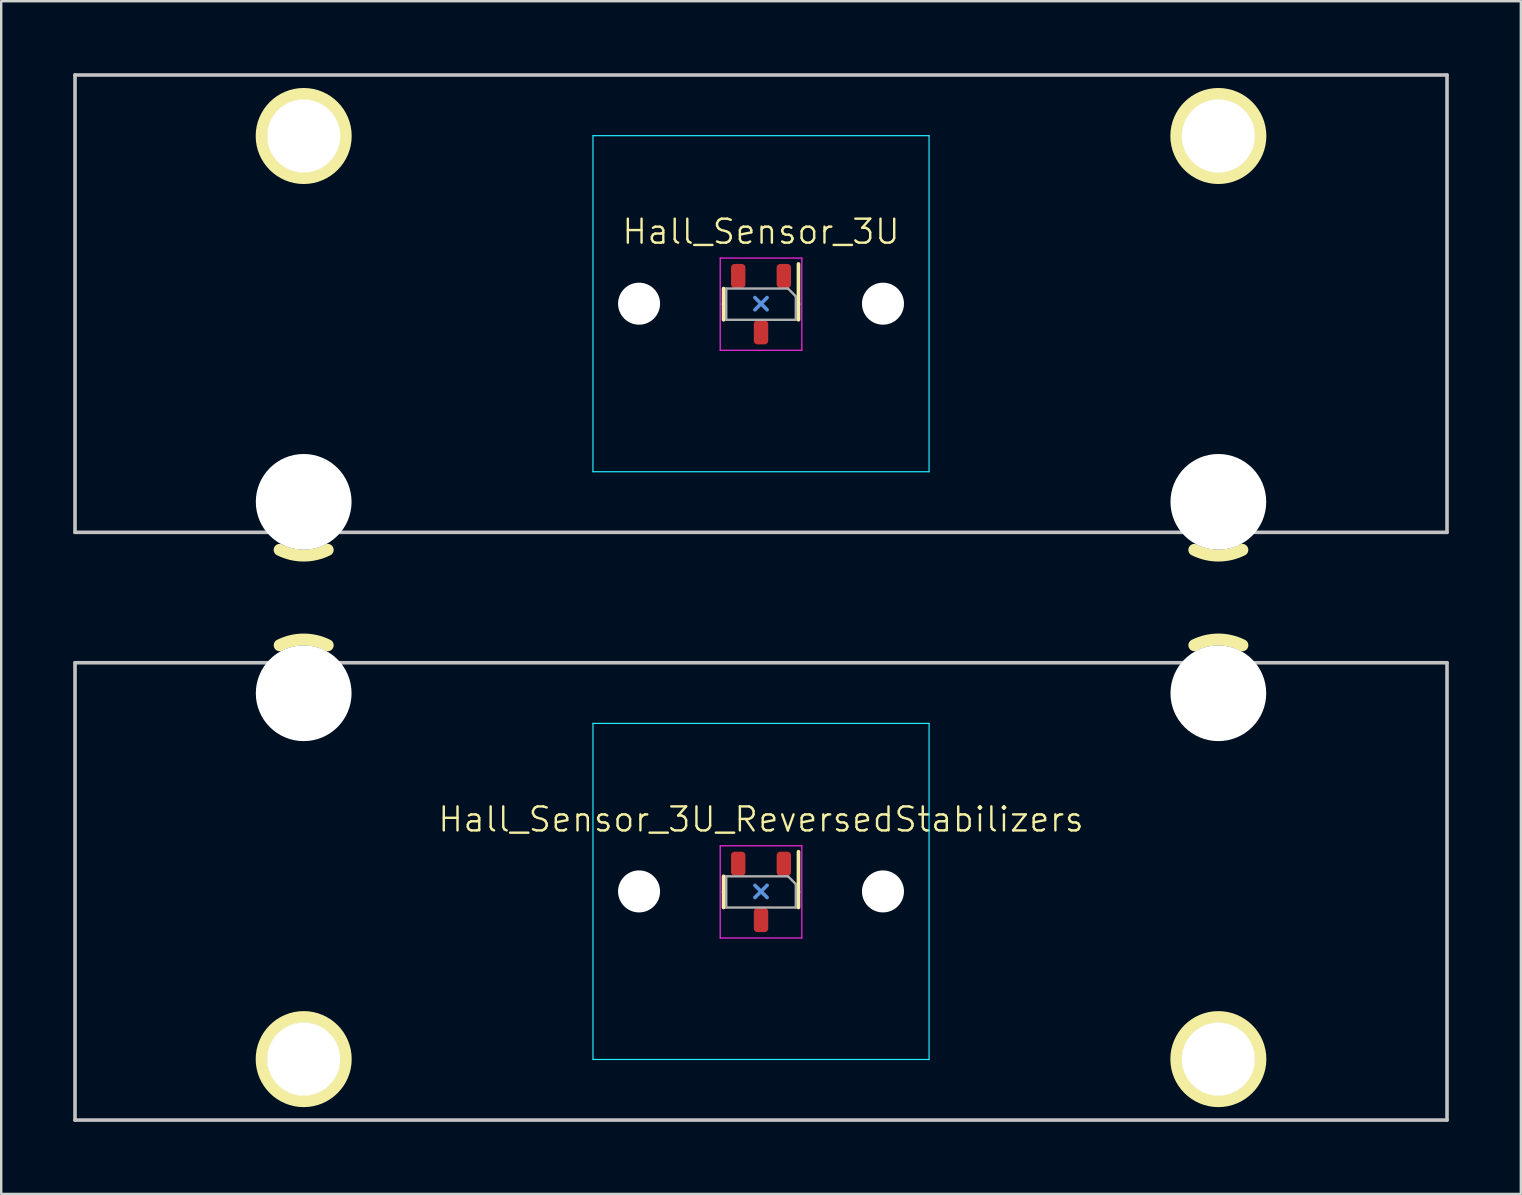
<source format=kicad_pcb>
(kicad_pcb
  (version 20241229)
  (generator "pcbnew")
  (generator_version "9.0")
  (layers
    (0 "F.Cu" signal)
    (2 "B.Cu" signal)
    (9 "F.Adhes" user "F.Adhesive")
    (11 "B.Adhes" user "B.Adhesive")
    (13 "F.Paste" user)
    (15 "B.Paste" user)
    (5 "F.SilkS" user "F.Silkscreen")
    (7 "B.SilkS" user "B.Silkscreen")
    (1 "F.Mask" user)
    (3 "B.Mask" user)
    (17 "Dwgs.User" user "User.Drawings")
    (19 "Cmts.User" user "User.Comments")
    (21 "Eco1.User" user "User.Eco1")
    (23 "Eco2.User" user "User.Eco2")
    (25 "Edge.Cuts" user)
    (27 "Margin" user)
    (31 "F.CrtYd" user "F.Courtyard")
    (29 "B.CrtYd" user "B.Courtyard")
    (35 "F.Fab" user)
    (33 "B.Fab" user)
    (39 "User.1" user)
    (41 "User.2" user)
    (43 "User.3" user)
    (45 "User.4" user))
  (footprint "Hall_Sensor_3U"
    (layer "F.Cu")
    (at 28.65 9.6)
    (property "Reference" "Hall_Sensor_3U" (at 0 -3 0) (unlocked yes) (layer "F.SilkS") (effects (font (size 1 1) (thickness 0.1))))
    (attr smd)
    (fp_line (start -1.56 -0.63) (end -1.56 0.02) (stroke (width 0.153) (type solid)) (layer "F.SilkS"))
    (fp_line (start -1.56 0.67) (end -1.56 0.02) (stroke (width 0.153) (type solid)) (layer "F.SilkS"))
    (fp_line (start 1.56 -1.655) (end 1.56 0.02) (stroke (width 0.153) (type solid)) (layer "F.SilkS"))
    (fp_line (start 1.56 0.67) (end 1.56 0.02) (stroke (width 0.153) (type solid)) (layer "F.SilkS"))
    (fp_arc (start -18.051051 10.255525) (mid -19.050587 10.491068) (end -20.05 10.255) (stroke (width 0.5) (type solid)) (layer "F.SilkS"))
    (fp_arc (start 20.048949 10.255523) (mid 19.049413 10.491066) (end 18.05 10.254998) (stroke (width 0.5) (type solid)) (layer "F.SilkS"))
    (fp_circle (center -19.05 -6.985) (end -17.3 -6.985) (stroke (width 0.5) (type solid)) (fill no) (layer "F.SilkS"))
    (fp_circle (center 19.05 -6.985) (end 20.8 -6.985) (stroke (width 0.5) (type solid)) (fill no) (layer "F.SilkS"))
    (fp_line (start -28.575 -9.525) (end 28.575 -9.525) (stroke (width 0.15) (type solid)) (layer "Dwgs.User"))
    (fp_line (start -28.575 9.525) (end -28.575 -9.525) (stroke (width 0.15) (type solid)) (layer "Dwgs.User"))
    (fp_line (start -28.575 9.525) (end 28.575 9.525) (stroke (width 0.15) (type solid)) (layer "Dwgs.User"))
    (fp_line (start 28.575 -9.525) (end 28.575 9.525) (stroke (width 0.15) (type solid)) (layer "Dwgs.User"))
    (fp_line (start 0.254 -0.254) (end -0.254 0.254) (stroke (width 0.15) (type default)) (layer "Cmts.User"))
    (fp_line (start 0.254 0.254) (end -0.254 -0.254) (stroke (width 0.15) (type default)) (layer "Cmts.User"))
    (fp_line (start -7 -6.5) (end -7 6.5) (stroke (width 0.15) (type solid)) (layer "Eco2.User"))
    (fp_line (start -6.5 7) (end 6.5 7) (stroke (width 0.15) (type solid)) (layer "Eco2.User"))
    (fp_line (start 6.5 -7) (end -6.5 -7) (stroke (width 0.15) (type solid)) (layer "Eco2.User"))
    (fp_line (start 7 6.5) (end 7 -6.5) (stroke (width 0.15) (type solid)) (layer "Eco2.User"))
    (fp_arc (start -7 -6.500001) (mid -6.853553 -6.853553) (end -6.500001 -7) (stroke (width 0.15) (type solid)) (layer "Eco2.User"))
    (fp_arc (start -6.500001 7) (mid -6.853553 6.853553) (end -7 6.500001) (stroke (width 0.15) (type solid)) (layer "Eco2.User"))
    (fp_arc (start 6.500001 -7) (mid 6.853553 -6.853553) (end 7 -6.500001) (stroke (width 0.15) (type solid)) (layer "Eco2.User"))
    (fp_arc (start 6.997236 6.498884) (mid 6.850791 6.852425) (end 6.497236 6.998884) (stroke (width 0.15) (type solid)) (layer "Eco2.User"))
    (fp_line (start -7 -7) (end -7 7) (stroke (width 0.05) (type solid)) (layer "B.CrtYd"))
    (fp_line (start -7 7) (end 7 7) (stroke (width 0.05) (type solid)) (layer "B.CrtYd"))
    (fp_line (start 7 -7) (end -7 -7) (stroke (width 0.05) (type solid)) (layer "B.CrtYd"))
    (fp_line (start 7 7) (end 7 -7) (stroke (width 0.05) (type solid)) (layer "B.CrtYd"))
    (fp_line (start -1.7 -1.9) (end 1.7 -1.9) (stroke (width 0.05) (type solid)) (layer "F.CrtYd"))
    (fp_line (start -1.7 1.94) (end -1.7 -1.9) (stroke (width 0.05) (type solid)) (layer "F.CrtYd"))
    (fp_line (start 1.7 -1.9) (end 1.7 1.94) (stroke (width 0.05) (type solid)) (layer "F.CrtYd"))
    (fp_line (start 1.7 1.94) (end -1.7 1.94) (stroke (width 0.05) (type solid)) (layer "F.CrtYd"))
    (fp_line (start -1.45 -0.63) (end -1.45 0.67) (stroke (width 0.1) (type solid)) (layer "F.Fab"))
    (fp_line (start -1.45 0.67) (end 1.45 0.67) (stroke (width 0.1) (type solid)) (layer "F.Fab"))
    (fp_line (start 1.125 -0.63) (end -1.45 -0.63) (stroke (width 0.1) (type solid)) (layer "F.Fab"))
    (fp_line (start 1.45 -0.305) (end 1.125 -0.63) (stroke (width 0.1) (type solid)) (layer "F.Fab"))
    (fp_line (start 1.45 0.67) (end 1.45 -0.305) (stroke (width 0.1) (type solid)) (layer "F.Fab"))
    (pad "" np_thru_hole circle (at -19.05 -6.985 180) (size 3.048 3.048) (drill 3.048) (layers "*.Cu" "*.Mask"))
    (pad "" np_thru_hole circle (at -19.05 8.255 180) (size 3.988 3.988) (drill 3.988) (layers "*.Cu" "*.Mask"))
    (pad "" np_thru_hole circle (at -5.08 0) (size 1.75 1.75) (drill 1.75) (layers "*.Cu" "*.Mask"))
    (pad "" np_thru_hole circle (at 5.08 0) (size 1.75 1.75) (drill 1.75) (layers "*.Cu" "*.Mask"))
    (pad "" np_thru_hole circle (at 19.05 -6.985 180) (size 3.048 3.048) (drill 3.048) (layers "*.Cu" "*.Mask"))
    (pad "" np_thru_hole circle (at 19.05 8.255 180) (size 3.988 3.988) (drill 3.988) (layers "*.Cu" "*.Mask"))
    (pad "1" smd roundrect (at 0.95 -1.155 270) (size 1 0.6) (layers "F.Cu" "F.Mask" "F.Paste") (roundrect_rratio 0.25))
    (pad "2" smd roundrect (at 0 1.195 270) (size 1 0.6) (layers "F.Cu" "F.Mask" "F.Paste") (roundrect_rratio 0.25))
    (pad "3" smd roundrect (at -0.95 -1.155 270) (size 1 0.6) (layers "F.Cu" "F.Mask" "F.Paste") (roundrect_rratio 0.25))
    (zone (net_name "") (layers "F.Cu" "B.Cu") (hatch edge 0.5) (connect_pads) (min_thickness 0.25) (filled_areas_thickness no) (keepout (tracks allowed) (vias allowed) (pads allowed) (copperpour not_allowed) (footprints allowed)) (placement (enabled no)) (fill) (polygon (pts (xy 30.4 9.6) (xy 30.38 9.339) (xy 30.322 9.084) (xy 30.227 8.841) (xy 30.096 8.614) (xy 29.933 8.41) (xy 29.741 8.232) (xy 29.525 8.084) (xy 29.289 7.971) (xy 29.039 7.894) (xy 28.781 7.855) (xy 28.519 7.855) (xy 28.261 7.894) (xy 28.011 7.971) (xy 27.775 8.084) (xy 27.559 8.232) (xy 27.367 8.41) (xy 27.204 8.614) (xy 27.073 8.841) (xy 26.978 9.084) (xy 26.92 9.339) (xy 26.9 9.6) (xy 26.92 9.861) (xy 26.978 10.116) (xy 27.073 10.359) (xy 27.204 10.586) (xy 27.367 10.79) (xy 27.559 10.968) (xy 27.775 11.116) (xy 28.011 11.229) (xy 28.261 11.306) (xy 28.519 11.345) (xy 28.781 11.345) (xy 29.039 11.306) (xy 29.289 11.229) (xy 29.525 11.116) (xy 29.741 10.968) (xy 29.933 10.79) (xy 30.096 10.586) (xy 30.227 10.359) (xy 30.322 10.116) (xy 30.38 9.861)))))
  (footprint "Hall_Sensor_3U_ReversedStabilizers"
    (layer "F.Cu")
    (at 28.65 34.082)
    (property "Reference" "Hall_Sensor_3U_ReversedStabilizers" (at 0 -3 0) (unlocked yes) (layer "F.SilkS") (effects (font (size 1 1) (thickness 0.1))))
    (attr smd)
    (fp_line (start -1.56 -0.63) (end -1.56 0.02) (stroke (width 0.153) (type solid)) (layer "F.SilkS"))
    (fp_line (start -1.56 0.67) (end -1.56 0.02) (stroke (width 0.153) (type solid)) (layer "F.SilkS"))
    (fp_line (start 1.56 -1.655) (end 1.56 0.02) (stroke (width 0.153) (type solid)) (layer "F.SilkS"))
    (fp_line (start 1.56 0.67) (end 1.56 0.02) (stroke (width 0.153) (type solid)) (layer "F.SilkS"))
    (fp_arc (start -20.048949 -10.255523) (mid -19.049413 -10.491066) (end -18.05 -10.254998) (stroke (width 0.5) (type solid)) (layer "F.SilkS"))
    (fp_arc (start 18.051051 -10.255525) (mid 19.050587 -10.491068) (end 20.05 -10.255) (stroke (width 0.5) (type solid)) (layer "F.SilkS"))
    (fp_circle (center -19.05 6.985) (end -20.8 6.985) (stroke (width 0.5) (type solid)) (fill no) (layer "F.SilkS"))
    (fp_circle (center 19.05 6.985) (end 17.3 6.985) (stroke (width 0.5) (type solid)) (fill no) (layer "F.SilkS"))
    (fp_line (start -28.575 -9.525) (end 28.575 -9.525) (stroke (width 0.15) (type solid)) (layer "Dwgs.User"))
    (fp_line (start -28.575 9.525) (end -28.575 -9.525) (stroke (width 0.15) (type solid)) (layer "Dwgs.User"))
    (fp_line (start -28.575 9.525) (end 28.575 9.525) (stroke (width 0.15) (type solid)) (layer "Dwgs.User"))
    (fp_line (start 28.575 -9.525) (end 28.575 9.525) (stroke (width 0.15) (type solid)) (layer "Dwgs.User"))
    (fp_line (start 0.254 -0.254) (end -0.254 0.254) (stroke (width 0.15) (type default)) (layer "Cmts.User"))
    (fp_line (start 0.254 0.254) (end -0.254 -0.254) (stroke (width 0.15) (type default)) (layer "Cmts.User"))
    (fp_line (start -7 -6.5) (end -7 6.5) (stroke (width 0.15) (type solid)) (layer "Eco2.User"))
    (fp_line (start -6.5 7) (end 6.5 7) (stroke (width 0.15) (type solid)) (layer "Eco2.User"))
    (fp_line (start 6.5 -7) (end -6.5 -7) (stroke (width 0.15) (type solid)) (layer "Eco2.User"))
    (fp_line (start 7 6.5) (end 7 -6.5) (stroke (width 0.15) (type solid)) (layer "Eco2.User"))
    (fp_arc (start -7 -6.500001) (mid -6.853553 -6.853553) (end -6.500001 -7) (stroke (width 0.15) (type solid)) (layer "Eco2.User"))
    (fp_arc (start -6.500001 7) (mid -6.853553 6.853553) (end -7 6.500001) (stroke (width 0.15) (type solid)) (layer "Eco2.User"))
    (fp_arc (start 6.500001 -7) (mid 6.853553 -6.853553) (end 7 -6.500001) (stroke (width 0.15) (type solid)) (layer "Eco2.User"))
    (fp_arc (start 6.997236 6.498884) (mid 6.850791 6.852425) (end 6.497236 6.998884) (stroke (width 0.15) (type solid)) (layer "Eco2.User"))
    (fp_line (start -7 -7) (end -7 7) (stroke (width 0.05) (type solid)) (layer "B.CrtYd"))
    (fp_line (start -7 7) (end 7 7) (stroke (width 0.05) (type solid)) (layer "B.CrtYd"))
    (fp_line (start 7 -7) (end -7 -7) (stroke (width 0.05) (type solid)) (layer "B.CrtYd"))
    (fp_line (start 7 7) (end 7 -7) (stroke (width 0.05) (type solid)) (layer "B.CrtYd"))
    (fp_line (start -1.7 -1.9) (end 1.7 -1.9) (stroke (width 0.05) (type solid)) (layer "F.CrtYd"))
    (fp_line (start -1.7 1.94) (end -1.7 -1.9) (stroke (width 0.05) (type solid)) (layer "F.CrtYd"))
    (fp_line (start 1.7 -1.9) (end 1.7 1.94) (stroke (width 0.05) (type solid)) (layer "F.CrtYd"))
    (fp_line (start 1.7 1.94) (end -1.7 1.94) (stroke (width 0.05) (type solid)) (layer "F.CrtYd"))
    (fp_line (start -1.45 -0.63) (end -1.45 0.67) (stroke (width 0.1) (type solid)) (layer "F.Fab"))
    (fp_line (start -1.45 0.67) (end 1.45 0.67) (stroke (width 0.1) (type solid)) (layer "F.Fab"))
    (fp_line (start 1.125 -0.63) (end -1.45 -0.63) (stroke (width 0.1) (type solid)) (layer "F.Fab"))
    (fp_line (start 1.45 -0.305) (end 1.125 -0.63) (stroke (width 0.1) (type solid)) (layer "F.Fab"))
    (fp_line (start 1.45 0.67) (end 1.45 -0.305) (stroke (width 0.1) (type solid)) (layer "F.Fab"))
    (pad "" np_thru_hole circle (at -19.05 -8.255) (size 3.988 3.988) (drill 3.988) (layers "*.Cu" "*.Mask"))
    (pad "" np_thru_hole circle (at -19.05 6.985) (size 3.048 3.048) (drill 3.048) (layers "*.Cu" "*.Mask"))
    (pad "" np_thru_hole circle (at -5.08 0) (size 1.75 1.75) (drill 1.75) (layers "*.Cu" "*.Mask"))
    (pad "" np_thru_hole circle (at 5.08 0) (size 1.75 1.75) (drill 1.75) (layers "*.Cu" "*.Mask"))
    (pad "" np_thru_hole circle (at 19.05 -8.255) (size 3.988 3.988) (drill 3.988) (layers "*.Cu" "*.Mask"))
    (pad "" np_thru_hole circle (at 19.05 6.985) (size 3.048 3.048) (drill 3.048) (layers "*.Cu" "*.Mask"))
    (pad "1" smd roundrect (at 0.95 -1.155 270) (size 1 0.6) (layers "F.Cu" "F.Mask" "F.Paste") (roundrect_rratio 0.25))
    (pad "2" smd roundrect (at 0 1.195 270) (size 1 0.6) (layers "F.Cu" "F.Mask" "F.Paste") (roundrect_rratio 0.25))
    (pad "3" smd roundrect (at -0.95 -1.155 270) (size 1 0.6) (layers "F.Cu" "F.Mask" "F.Paste") (roundrect_rratio 0.25))
    (zone (net_name "") (layers "F.Cu" "B.Cu") (hatch edge 0.5) (connect_pads) (min_thickness 0.25) (filled_areas_thickness no) (keepout (tracks allowed) (vias allowed) (pads allowed) (copperpour not_allowed) (footprints allowed)) (placement (enabled no)) (fill) (polygon (pts (xy 30.4 34.082) (xy 30.38 33.821) (xy 30.322 33.566) (xy 30.227 33.323) (xy 30.096 33.096) (xy 29.933 32.892) (xy 29.741 32.714) (xy 29.525 32.567) (xy 29.289 32.453) (xy 29.039 32.376) (xy 28.781 32.337) (xy 28.519 32.337) (xy 28.261 32.376) (xy 28.011 32.453) (xy 27.775 32.567) (xy 27.559 32.714) (xy 27.367 32.892) (xy 27.204 33.096) (xy 27.073 33.323) (xy 26.978 33.566) (xy 26.92 33.821) (xy 26.9 34.082) (xy 26.92 34.343) (xy 26.978 34.598) (xy 27.073 34.841) (xy 27.204 35.068) (xy 27.367 35.272) (xy 27.559 35.45) (xy 27.775 35.598) (xy 28.011 35.711) (xy 28.261 35.788) (xy 28.519 35.827) (xy 28.781 35.827) (xy 29.039 35.788) (xy 29.289 35.711) (xy 29.525 35.598) (xy 29.741 35.45) (xy 29.933 35.272) (xy 30.096 35.068) (xy 30.227 34.841) (xy 30.322 34.598) (xy 30.38 34.343)))))
  (gr_rect
    (start -3 -3)
    (end 60.3 46.682)
    (stroke (width 0.1) (type default))
    (fill no)
    (layer "Edge.Cuts")))
</source>
